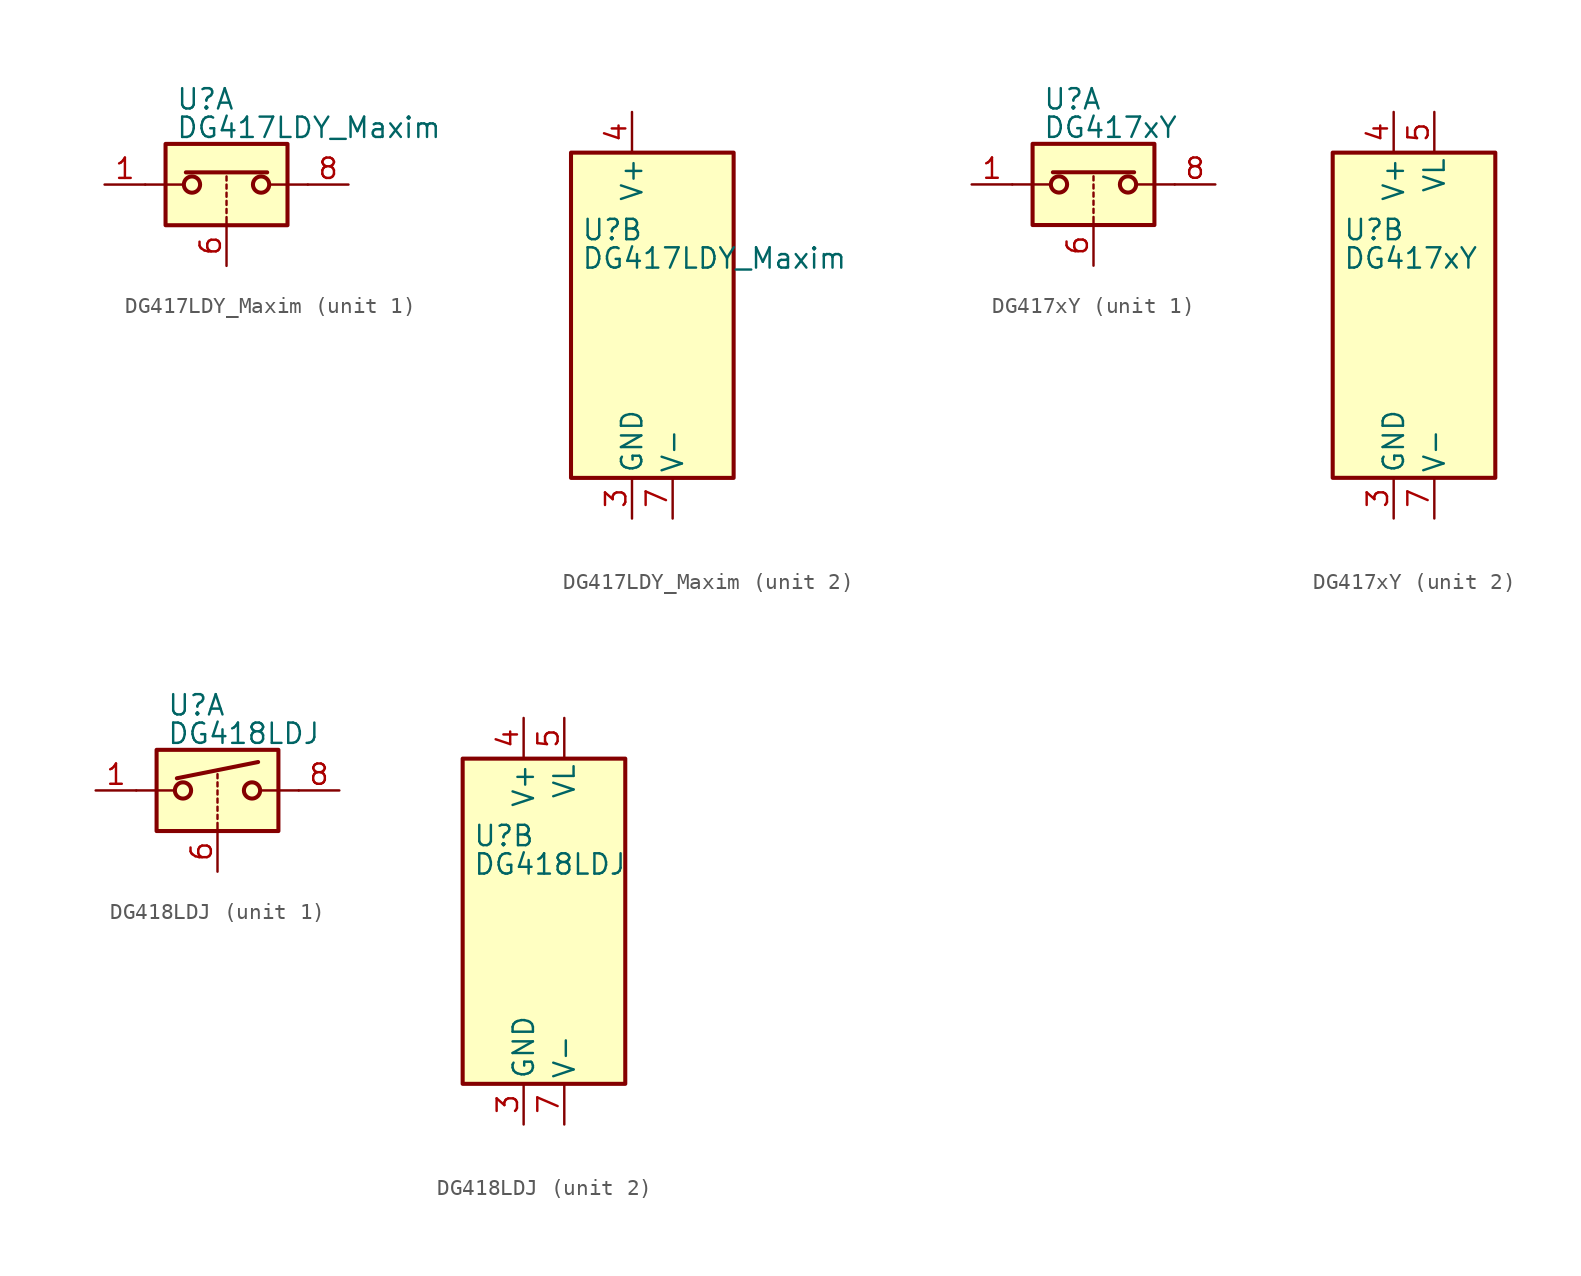
<source format=kicad_sym>
(kicad_symbol_lib
  (version 20201005)
  (generator kicad_symbol_editor)
  (symbol "DG417LDY_Maxim"
    (pin_names
      (offset 0.254))
    (property "Reference" "U"
      (at -3.175 5.334 0)
      (effects (font (size 1.27 1.27)) (justify left)))
    (property "Value" "DG417LDY_Maxim"
      (at -3.175 3.556 0)
      (effects (font (size 1.27 1.27)) (justify left)))
    (symbol "DG417LDY_Maxim_1_1"
      (circle (center -2.159 0) (radius 0.508) (stroke (width 0.254)) (fill (type none)))
      (circle (center 2.159 0) (radius 0.508) (stroke (width 0.254)) (fill (type none)))
      (rectangle (start -3.81 2.54) (end 3.81 -2.54) (stroke (width 0.254)) (fill (type background)))
      (polyline (pts (xy -5.08 0) (xy -2.794 0)) (stroke (width 0)) (fill (type none)))
      (polyline (pts (xy -2.54 0.762) (xy 2.54 0.762)) (stroke (width 0.254)) (fill (type none)))
      (polyline (pts (xy 0 -2.54) (xy 0 -2.032)) (stroke (width 0)) (fill (type none)))
      (polyline (pts (xy 0 -1.778) (xy 0 -1.524)) (stroke (width 0)) (fill (type none)))
      (polyline (pts (xy 0 -1.27) (xy 0 -1.016)) (stroke (width 0)) (fill (type none)))
      (polyline (pts (xy 0 -0.762) (xy 0 -0.508)) (stroke (width 0)) (fill (type none)))
      (polyline (pts (xy 0 -0.254) (xy 0 0)) (stroke (width 0)) (fill (type none)))
      (polyline (pts (xy 0 0.254) (xy 0 0.508)) (stroke (width 0)) (fill (type none)))
      (polyline (pts (xy 5.08 0) (xy 2.794 0)) (stroke (width 0)) (fill (type none)))
      (pin passive line (at -7.62 0 0) (length 2.54) (name "~" (effects (font (size 1.27 1.27)))) (number "1" (effects (font (size 1.27 1.27)))))
      (pin input line (at 0 -5.08 90) (length 2.54) (name "~" (effects (font (size 1.27 1.27)))) (number "6" (effects (font (size 1.27 1.27)))))
      (pin passive line (at 7.62 0 180) (length 2.54) (name "~" (effects (font (size 1.27 1.27)))) (number "8" (effects (font (size 1.27 1.27))))))
    (symbol "DG417LDY_Maxim_2_0"
      (pin no_connect line (at -2.54 10.16 270) (length 2.54) hide (name "NC" (effects (font (size 1.27 1.27)))) (number "2" (effects (font (size 1.27 1.27)))))
      (pin power_in line (at 0 -12.7 90) (length 2.54) (name "GND" (effects (font (size 1.27 1.27)))) (number "3" (effects (font (size 1.27 1.27)))))
      (pin power_in line (at 0 12.7 270) (length 2.54) (name "V+" (effects (font (size 1.27 1.27)))) (number "4" (effects (font (size 1.27 1.27)))))
      (pin no_connect line (at 2.54 10.16 270) (length 2.54) hide (name "NC" (effects (font (size 1.27 1.27)))) (number "5" (effects (font (size 1.27 1.27)))))
      (pin power_in line (at 2.54 -12.7 90) (length 2.54) (name "V-" (effects (font (size 1.27 1.27)))) (number "7" (effects (font (size 1.27 1.27))))))
    (symbol "DG417LDY_Maxim_2_1"
      (rectangle (start -3.81 10.16) (end 6.35 -10.16) (stroke (width 0.254)) (fill (type background)))))
  (symbol "DG417xY"
    (pin_names
      (offset 0.254))
    (property "Reference" "U"
      (at -3.175 5.334 0)
      (effects (font (size 1.27 1.27)) (justify left)))
    (property "Value" "DG417xY"
      (at -3.175 3.556 0)
      (effects (font (size 1.27 1.27)) (justify left)))
    (symbol "DG417xY_1_1"
      (circle (center -2.159 0) (radius 0.508) (stroke (width 0.254)) (fill (type none)))
      (circle (center 2.159 0) (radius 0.508) (stroke (width 0.254)) (fill (type none)))
      (rectangle (start -3.81 2.54) (end 3.81 -2.54) (stroke (width 0.254)) (fill (type background)))
      (polyline (pts (xy -5.08 0) (xy -2.794 0)) (stroke (width 0)) (fill (type none)))
      (polyline (pts (xy -2.54 0.762) (xy 2.54 0.762)) (stroke (width 0.254)) (fill (type none)))
      (polyline (pts (xy 0 -2.54) (xy 0 -2.032)) (stroke (width 0)) (fill (type none)))
      (polyline (pts (xy 0 -1.778) (xy 0 -1.524)) (stroke (width 0)) (fill (type none)))
      (polyline (pts (xy 0 -1.27) (xy 0 -1.016)) (stroke (width 0)) (fill (type none)))
      (polyline (pts (xy 0 -0.762) (xy 0 -0.508)) (stroke (width 0)) (fill (type none)))
      (polyline (pts (xy 0 -0.254) (xy 0 0)) (stroke (width 0)) (fill (type none)))
      (polyline (pts (xy 0 0.254) (xy 0 0.508)) (stroke (width 0)) (fill (type none)))
      (polyline (pts (xy 5.08 0) (xy 2.794 0)) (stroke (width 0)) (fill (type none)))
      (pin passive line (at -7.62 0 0) (length 2.54) (name "~" (effects (font (size 1.27 1.27)))) (number "1" (effects (font (size 1.27 1.27)))))
      (pin input line (at 0 -5.08 90) (length 2.54) (name "~" (effects (font (size 1.27 1.27)))) (number "6" (effects (font (size 1.27 1.27)))))
      (pin passive line (at 7.62 0 180) (length 2.54) (name "~" (effects (font (size 1.27 1.27)))) (number "8" (effects (font (size 1.27 1.27))))))
    (symbol "DG417xY_2_0"
      (pin no_connect line (at -2.54 10.16 270) (length 2.54) hide (name "NC" (effects (font (size 1.27 1.27)))) (number "2" (effects (font (size 1.27 1.27)))))
      (pin power_in line (at 0 -12.7 90) (length 2.54) (name "GND" (effects (font (size 1.27 1.27)))) (number "3" (effects (font (size 1.27 1.27)))))
      (pin power_in line (at 0 12.7 270) (length 2.54) (name "V+" (effects (font (size 1.27 1.27)))) (number "4" (effects (font (size 1.27 1.27)))))
      (pin power_in line (at 2.54 12.7 270) (length 2.54) (name "VL" (effects (font (size 1.27 1.27)))) (number "5" (effects (font (size 1.27 1.27)))))
      (pin power_in line (at 2.54 -12.7 90) (length 2.54) (name "V-" (effects (font (size 1.27 1.27)))) (number "7" (effects (font (size 1.27 1.27))))))
    (symbol "DG417xY_2_1"
      (rectangle (start -3.81 10.16) (end 6.35 -10.16) (stroke (width 0.254)) (fill (type background)))))
  (symbol "DG418LDJ"
    (pin_names
      (offset 0.254))
    (property "Reference" "U"
      (at -3.175 5.334 0)
      (effects (font (size 1.27 1.27)) (justify left)))
    (property "Value" "DG418LDJ"
      (at -3.175 3.556 0)
      (effects (font (size 1.27 1.27)) (justify left)))
    (symbol "DG418LDJ_1_1"
      (circle (center -2.159 0) (radius 0.508) (stroke (width 0.254)) (fill (type none)))
      (circle (center 2.159 0) (radius 0.508) (stroke (width 0.254)) (fill (type none)))
      (rectangle (start -3.81 2.54) (end 3.81 -2.54) (stroke (width 0.254)) (fill (type background)))
      (polyline (pts (xy -5.08 0) (xy -2.794 0)) (stroke (width 0)) (fill (type none)))
      (polyline (pts (xy -2.54 0.762) (xy 2.54 1.778)) (stroke (width 0.254)) (fill (type none)))
      (polyline (pts (xy 0 -2.54) (xy 0 -2.032)) (stroke (width 0)) (fill (type none)))
      (polyline (pts (xy 0 -1.778) (xy 0 -1.524)) (stroke (width 0)) (fill (type none)))
      (polyline (pts (xy 0 -1.27) (xy 0 -1.016)) (stroke (width 0)) (fill (type none)))
      (polyline (pts (xy 0 -0.762) (xy 0 -0.508)) (stroke (width 0)) (fill (type none)))
      (polyline (pts (xy 0 -0.254) (xy 0 0)) (stroke (width 0)) (fill (type none)))
      (polyline (pts (xy 0 0.254) (xy 0 0.508)) (stroke (width 0)) (fill (type none)))
      (polyline (pts (xy 0 0.762) (xy 0 1.016)) (stroke (width 0)) (fill (type none)))
      (polyline (pts (xy 5.08 0) (xy 2.794 0)) (stroke (width 0)) (fill (type none)))
      (pin passive line (at -7.62 0 0) (length 2.54) (name "~" (effects (font (size 1.27 1.27)))) (number "1" (effects (font (size 1.27 1.27)))))
      (pin input line (at 0 -5.08 90) (length 2.54) (name "~" (effects (font (size 1.27 1.27)))) (number "6" (effects (font (size 1.27 1.27)))))
      (pin passive line (at 7.62 0 180) (length 2.54) (name "~" (effects (font (size 1.27 1.27)))) (number "8" (effects (font (size 1.27 1.27))))))
    (symbol "DG418LDJ_2_0"
      (pin no_connect line (at -2.54 10.16 270) (length 2.54) hide (name "NC" (effects (font (size 1.27 1.27)))) (number "2" (effects (font (size 1.27 1.27)))))
      (pin power_in line (at 0 -12.7 90) (length 2.54) (name "GND" (effects (font (size 1.27 1.27)))) (number "3" (effects (font (size 1.27 1.27)))))
      (pin power_in line (at 0 12.7 270) (length 2.54) (name "V+" (effects (font (size 1.27 1.27)))) (number "4" (effects (font (size 1.27 1.27)))))
      (pin power_in line (at 2.54 12.7 270) (length 2.54) (name "VL" (effects (font (size 1.27 1.27)))) (number "5" (effects (font (size 1.27 1.27)))))
      (pin power_in line (at 2.54 -12.7 90) (length 2.54) (name "V-" (effects (font (size 1.27 1.27)))) (number "7" (effects (font (size 1.27 1.27))))))
    (symbol "DG418LDJ_2_1"
      (rectangle (start -3.81 10.16) (end 6.35 -10.16) (stroke (width 0.254)) (fill (type background))))))
</source>
